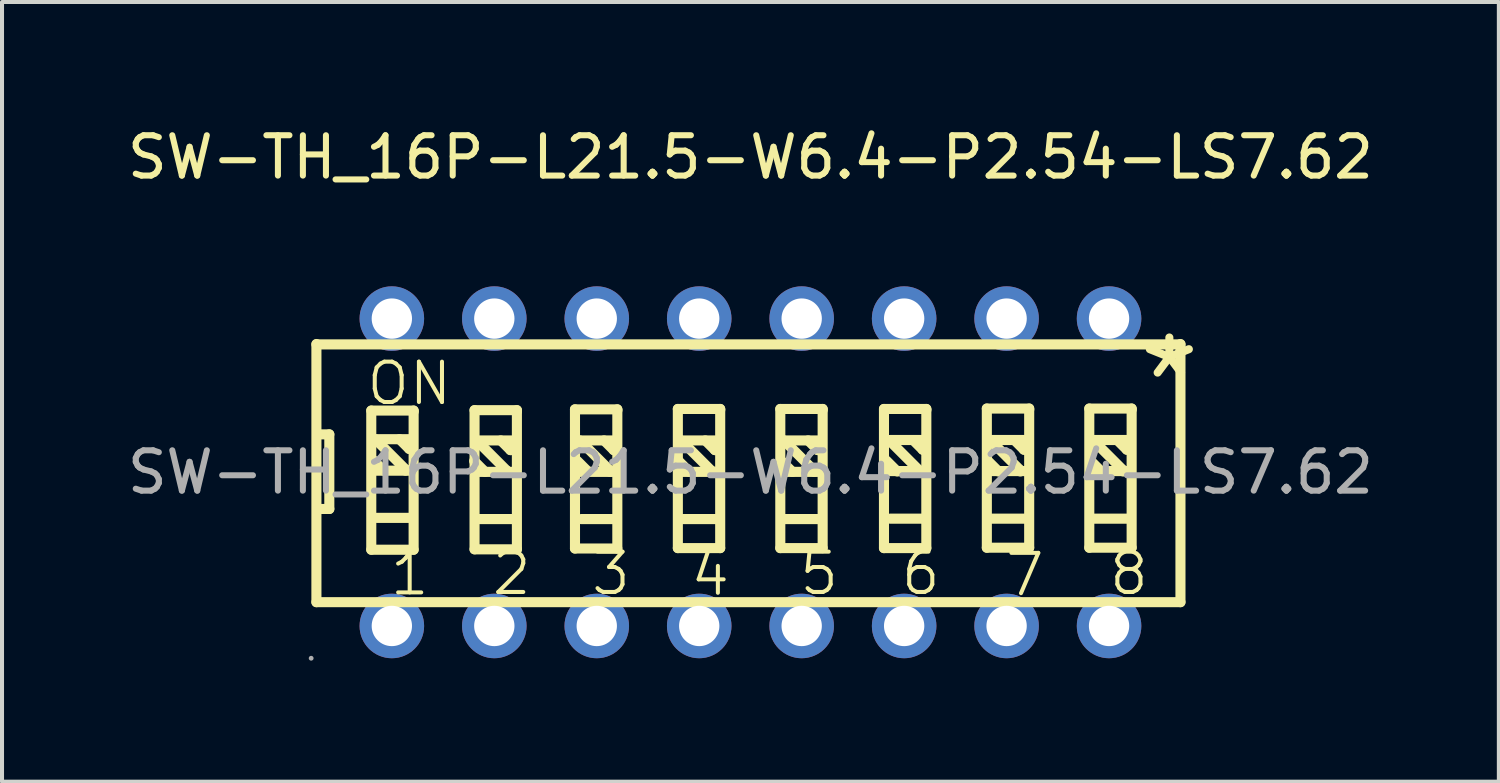
<source format=kicad_pcb>
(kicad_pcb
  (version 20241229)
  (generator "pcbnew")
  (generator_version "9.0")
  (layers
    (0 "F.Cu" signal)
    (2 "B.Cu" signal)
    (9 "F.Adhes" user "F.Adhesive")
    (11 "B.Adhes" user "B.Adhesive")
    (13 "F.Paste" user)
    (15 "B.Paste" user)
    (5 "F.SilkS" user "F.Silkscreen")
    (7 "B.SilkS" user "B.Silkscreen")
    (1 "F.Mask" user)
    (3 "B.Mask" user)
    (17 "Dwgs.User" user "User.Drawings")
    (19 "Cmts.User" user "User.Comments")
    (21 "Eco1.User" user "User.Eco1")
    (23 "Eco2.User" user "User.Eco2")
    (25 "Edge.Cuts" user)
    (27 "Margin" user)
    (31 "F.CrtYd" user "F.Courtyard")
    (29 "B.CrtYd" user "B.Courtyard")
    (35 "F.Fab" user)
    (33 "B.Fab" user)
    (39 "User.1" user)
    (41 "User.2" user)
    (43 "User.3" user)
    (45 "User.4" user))
  (footprint "SW-TH_16P-L21.5-W6.4-P2.54-LS7.62"
    (layer "F.Cu")
    (at 15.554 8.658)
    (property "Reference" "SW-TH_16P-L21.5-W6.4-P2.54-LS7.62" (at 0 -7.81 0) (layer "F.SilkS") (effects (font (size 1 1) (thickness 0.15))))
    (attr through_hole)
    (fp_line (start -10.76 -3.18) (end -10.76 3.22) (stroke (width 0.25) (type solid)) (layer "F.SilkS"))
    (fp_line (start -10.76 -3.17) (end 10.66 -3.17) (stroke (width 0.25) (type solid)) (layer "F.SilkS"))
    (fp_line (start -10.76 3.22) (end 10.66 3.22) (stroke (width 0.25) (type solid)) (layer "F.SilkS"))
    (fp_line (start -10.74 -0.94) (end -10.44 -0.94) (stroke (width 0.25) (type solid)) (layer "F.SilkS"))
    (fp_line (start -10.44 -0.94) (end -10.44 0.91) (stroke (width 0.25) (type solid)) (layer "F.SilkS"))
    (fp_line (start -10.44 0.91) (end -10.72 0.91) (stroke (width 0.25) (type solid)) (layer "F.SilkS"))
    (fp_line (start -9.4 -1.53) (end -9.4 1.92) (stroke (width 0.25) (type solid)) (layer "F.SilkS"))
    (fp_line (start -9.4 1.92) (end -8.35 1.92) (stroke (width 0.25) (type solid)) (layer "F.SilkS"))
    (fp_line (start -9.3 -0.82) (end -8.55 -0.07) (stroke (width 0.25) (type solid)) (layer "F.SilkS"))
    (fp_line (start -9.29 -0.04) (end -8.42 -0.04) (stroke (width 0.25) (type solid)) (layer "F.SilkS"))
    (fp_line (start -9.27 -0.82) (end -8.4 -0.82) (stroke (width 0.25) (type solid)) (layer "F.SilkS"))
    (fp_line (start -9.27 1.13) (end -8.4 1.13) (stroke (width 0.25) (type solid)) (layer "F.SilkS"))
    (fp_line (start -9.09 -0.04) (end -9.36 -0.31) (stroke (width 0.25) (type solid)) (layer "F.SilkS"))
    (fp_line (start -8.7 -0.82) (end -8.46 -0.58) (stroke (width 0.25) (type solid)) (layer "F.SilkS"))
    (fp_line (start -8.55 -0.07) (end -8.55 -0.04) (stroke (width 0.25) (type solid)) (layer "F.SilkS"))
    (fp_line (start -8.46 -0.58) (end -8.43 -0.58) (stroke (width 0.25) (type solid)) (layer "F.SilkS"))
    (fp_line (start -8.35 -1.53) (end -9.4 -1.53) (stroke (width 0.25) (type solid)) (layer "F.SilkS"))
    (fp_line (start -8.35 -1.5) (end -8.35 -1.53) (stroke (width 0.25) (type solid)) (layer "F.SilkS"))
    (fp_line (start -8.35 1.92) (end -8.35 -1.5) (stroke (width 0.25) (type solid)) (layer "F.SilkS"))
    (fp_line (start -6.84 -1.54) (end -6.84 1.91) (stroke (width 0.25) (type solid)) (layer "F.SilkS"))
    (fp_line (start -6.84 1.91) (end -5.79 1.91) (stroke (width 0.25) (type solid)) (layer "F.SilkS"))
    (fp_line (start -6.79 -0.79) (end -6.04 -0.04) (stroke (width 0.25) (type solid)) (layer "F.SilkS"))
    (fp_line (start -6.78 -0.01) (end -5.91 -0.01) (stroke (width 0.25) (type solid)) (layer "F.SilkS"))
    (fp_line (start -6.76 -0.79) (end -5.89 -0.79) (stroke (width 0.25) (type solid)) (layer "F.SilkS"))
    (fp_line (start -6.76 1.16) (end -5.89 1.16) (stroke (width 0.25) (type solid)) (layer "F.SilkS"))
    (fp_line (start -6.58 -0.01) (end -6.85 -0.28) (stroke (width 0.25) (type solid)) (layer "F.SilkS"))
    (fp_line (start -6.19 -0.79) (end -5.95 -0.55) (stroke (width 0.25) (type solid)) (layer "F.SilkS"))
    (fp_line (start -6.04 -0.04) (end -6.04 -0.01) (stroke (width 0.25) (type solid)) (layer "F.SilkS"))
    (fp_line (start -5.95 -0.55) (end -5.92 -0.55) (stroke (width 0.25) (type solid)) (layer "F.SilkS"))
    (fp_line (start -5.79 -1.54) (end -6.84 -1.54) (stroke (width 0.25) (type solid)) (layer "F.SilkS"))
    (fp_line (start -5.79 -1.51) (end -5.79 -1.54) (stroke (width 0.25) (type solid)) (layer "F.SilkS"))
    (fp_line (start -5.79 1.91) (end -5.79 -1.51) (stroke (width 0.25) (type solid)) (layer "F.SilkS"))
    (fp_line (start -4.35 -1.56) (end -4.35 1.89) (stroke (width 0.25) (type solid)) (layer "F.SilkS"))
    (fp_line (start -4.35 1.89) (end -3.3 1.89) (stroke (width 0.25) (type solid)) (layer "F.SilkS"))
    (fp_line (start -4.23 -0.79) (end -3.48 -0.04) (stroke (width 0.25) (type solid)) (layer "F.SilkS"))
    (fp_line (start -4.22 -0.01) (end -3.35 -0.01) (stroke (width 0.25) (type solid)) (layer "F.SilkS"))
    (fp_line (start -4.2 -0.79) (end -3.33 -0.79) (stroke (width 0.25) (type solid)) (layer "F.SilkS"))
    (fp_line (start -4.2 1.16) (end -3.33 1.16) (stroke (width 0.25) (type solid)) (layer "F.SilkS"))
    (fp_line (start -4.02 -0.01) (end -4.29 -0.28) (stroke (width 0.25) (type solid)) (layer "F.SilkS"))
    (fp_line (start -3.63 -0.79) (end -3.39 -0.55) (stroke (width 0.25) (type solid)) (layer "F.SilkS"))
    (fp_line (start -3.48 -0.04) (end -3.48 -0.01) (stroke (width 0.25) (type solid)) (layer "F.SilkS"))
    (fp_line (start -3.39 -0.55) (end -3.36 -0.55) (stroke (width 0.25) (type solid)) (layer "F.SilkS"))
    (fp_line (start -3.3 -1.56) (end -4.35 -1.56) (stroke (width 0.25) (type solid)) (layer "F.SilkS"))
    (fp_line (start -3.3 -1.53) (end -3.3 -1.56) (stroke (width 0.25) (type solid)) (layer "F.SilkS"))
    (fp_line (start -3.3 1.89) (end -3.3 -1.53) (stroke (width 0.25) (type solid)) (layer "F.SilkS"))
    (fp_line (start -1.8 -1.57) (end -1.8 1.88) (stroke (width 0.25) (type solid)) (layer "F.SilkS"))
    (fp_line (start -1.8 1.88) (end -0.75 1.88) (stroke (width 0.25) (type solid)) (layer "F.SilkS"))
    (fp_line (start -1.72 -0.79) (end -0.97 -0.04) (stroke (width 0.25) (type solid)) (layer "F.SilkS"))
    (fp_line (start -1.71 -0.01) (end -0.84 -0.01) (stroke (width 0.25) (type solid)) (layer "F.SilkS"))
    (fp_line (start -1.69 -0.79) (end -0.82 -0.79) (stroke (width 0.25) (type solid)) (layer "F.SilkS"))
    (fp_line (start -1.69 1.16) (end -0.82 1.16) (stroke (width 0.25) (type solid)) (layer "F.SilkS"))
    (fp_line (start -1.51 -0.01) (end -1.78 -0.28) (stroke (width 0.25) (type solid)) (layer "F.SilkS"))
    (fp_line (start -1.12 -0.79) (end -0.88 -0.55) (stroke (width 0.25) (type solid)) (layer "F.SilkS"))
    (fp_line (start -0.97 -0.04) (end -0.97 -0.01) (stroke (width 0.25) (type solid)) (layer "F.SilkS"))
    (fp_line (start -0.88 -0.55) (end -0.85 -0.55) (stroke (width 0.25) (type solid)) (layer "F.SilkS"))
    (fp_line (start -0.75 -1.57) (end -1.8 -1.57) (stroke (width 0.25) (type solid)) (layer "F.SilkS"))
    (fp_line (start -0.75 -1.54) (end -0.75 -1.57) (stroke (width 0.25) (type solid)) (layer "F.SilkS"))
    (fp_line (start -0.75 1.88) (end -0.75 -1.54) (stroke (width 0.25) (type solid)) (layer "F.SilkS"))
    (fp_line (start 0.74 -1.57) (end 0.74 1.88) (stroke (width 0.25) (type solid)) (layer "F.SilkS"))
    (fp_line (start 0.74 1.88) (end 1.79 1.88) (stroke (width 0.25) (type solid)) (layer "F.SilkS"))
    (fp_line (start 0.83 -0.79) (end 1.58 -0.04) (stroke (width 0.25) (type solid)) (layer "F.SilkS"))
    (fp_line (start 0.84 -0.01) (end 1.71 -0.01) (stroke (width 0.25) (type solid)) (layer "F.SilkS"))
    (fp_line (start 0.86 -0.79) (end 1.73 -0.79) (stroke (width 0.25) (type solid)) (layer "F.SilkS"))
    (fp_line (start 0.86 1.16) (end 1.73 1.16) (stroke (width 0.25) (type solid)) (layer "F.SilkS"))
    (fp_line (start 1.04 -0.01) (end 0.77 -0.28) (stroke (width 0.25) (type solid)) (layer "F.SilkS"))
    (fp_line (start 1.43 -0.79) (end 1.67 -0.55) (stroke (width 0.25) (type solid)) (layer "F.SilkS"))
    (fp_line (start 1.58 -0.04) (end 1.58 -0.01) (stroke (width 0.25) (type solid)) (layer "F.SilkS"))
    (fp_line (start 1.67 -0.55) (end 1.7 -0.55) (stroke (width 0.25) (type solid)) (layer "F.SilkS"))
    (fp_line (start 1.79 -1.57) (end 0.74 -1.57) (stroke (width 0.25) (type solid)) (layer "F.SilkS"))
    (fp_line (start 1.79 -1.54) (end 1.79 -1.57) (stroke (width 0.25) (type solid)) (layer "F.SilkS"))
    (fp_line (start 1.79 1.88) (end 1.79 -1.54) (stroke (width 0.25) (type solid)) (layer "F.SilkS"))
    (fp_line (start 3.31 -1.57) (end 3.31 1.88) (stroke (width 0.25) (type solid)) (layer "F.SilkS"))
    (fp_line (start 3.31 1.88) (end 4.36 1.88) (stroke (width 0.25) (type solid)) (layer "F.SilkS"))
    (fp_line (start 3.43 -0.8) (end 4.18 -0.05) (stroke (width 0.25) (type solid)) (layer "F.SilkS"))
    (fp_line (start 3.44 -0.03) (end 4.31 -0.03) (stroke (width 0.25) (type solid)) (layer "F.SilkS"))
    (fp_line (start 3.46 -0.8) (end 4.33 -0.8) (stroke (width 0.25) (type solid)) (layer "F.SilkS"))
    (fp_line (start 3.46 1.15) (end 4.33 1.15) (stroke (width 0.25) (type solid)) (layer "F.SilkS"))
    (fp_line (start 3.64 -0.02) (end 3.37 -0.29) (stroke (width 0.25) (type solid)) (layer "F.SilkS"))
    (fp_line (start 4.03 -0.8) (end 4.27 -0.56) (stroke (width 0.25) (type solid)) (layer "F.SilkS"))
    (fp_line (start 4.18 -0.05) (end 4.18 -0.02) (stroke (width 0.25) (type solid)) (layer "F.SilkS"))
    (fp_line (start 4.27 -0.56) (end 4.3 -0.56) (stroke (width 0.25) (type solid)) (layer "F.SilkS"))
    (fp_line (start 4.36 -1.57) (end 3.31 -1.57) (stroke (width 0.25) (type solid)) (layer "F.SilkS"))
    (fp_line (start 4.36 -1.54) (end 4.36 -1.57) (stroke (width 0.25) (type solid)) (layer "F.SilkS"))
    (fp_line (start 4.36 1.88) (end 4.36 -1.54) (stroke (width 0.25) (type solid)) (layer "F.SilkS"))
    (fp_line (start 5.86 -1.58) (end 5.86 1.87) (stroke (width 0.25) (type solid)) (layer "F.SilkS"))
    (fp_line (start 5.86 1.87) (end 6.91 1.87) (stroke (width 0.25) (type solid)) (layer "F.SilkS"))
    (fp_line (start 5.94 -0.8) (end 6.69 -0.05) (stroke (width 0.25) (type solid)) (layer "F.SilkS"))
    (fp_line (start 5.95 -0.03) (end 6.82 -0.03) (stroke (width 0.25) (type solid)) (layer "F.SilkS"))
    (fp_line (start 5.97 -0.8) (end 6.84 -0.8) (stroke (width 0.25) (type solid)) (layer "F.SilkS"))
    (fp_line (start 5.97 1.15) (end 6.84 1.15) (stroke (width 0.25) (type solid)) (layer "F.SilkS"))
    (fp_line (start 6.15 -0.02) (end 5.88 -0.29) (stroke (width 0.25) (type solid)) (layer "F.SilkS"))
    (fp_line (start 6.54 -0.8) (end 6.78 -0.56) (stroke (width 0.25) (type solid)) (layer "F.SilkS"))
    (fp_line (start 6.69 -0.05) (end 6.69 -0.02) (stroke (width 0.25) (type solid)) (layer "F.SilkS"))
    (fp_line (start 6.78 -0.56) (end 6.81 -0.56) (stroke (width 0.25) (type solid)) (layer "F.SilkS"))
    (fp_line (start 6.91 -1.58) (end 5.86 -1.58) (stroke (width 0.25) (type solid)) (layer "F.SilkS"))
    (fp_line (start 6.91 -1.55) (end 6.91 -1.58) (stroke (width 0.25) (type solid)) (layer "F.SilkS"))
    (fp_line (start 6.91 1.87) (end 6.91 -1.55) (stroke (width 0.25) (type solid)) (layer "F.SilkS"))
    (fp_line (start 8.4 -1.58) (end 8.4 1.87) (stroke (width 0.25) (type solid)) (layer "F.SilkS"))
    (fp_line (start 8.4 1.87) (end 9.45 1.87) (stroke (width 0.25) (type solid)) (layer "F.SilkS"))
    (fp_line (start 8.49 -0.8) (end 9.24 -0.05) (stroke (width 0.25) (type solid)) (layer "F.SilkS"))
    (fp_line (start 8.5 -0.03) (end 9.37 -0.03) (stroke (width 0.25) (type solid)) (layer "F.SilkS"))
    (fp_line (start 8.52 -0.8) (end 9.39 -0.8) (stroke (width 0.25) (type solid)) (layer "F.SilkS"))
    (fp_line (start 8.52 1.15) (end 9.39 1.15) (stroke (width 0.25) (type solid)) (layer "F.SilkS"))
    (fp_line (start 8.7 -0.02) (end 8.43 -0.29) (stroke (width 0.25) (type solid)) (layer "F.SilkS"))
    (fp_line (start 9.09 -0.8) (end 9.33 -0.56) (stroke (width 0.25) (type solid)) (layer "F.SilkS"))
    (fp_line (start 9.24 -0.05) (end 9.24 -0.02) (stroke (width 0.25) (type solid)) (layer "F.SilkS"))
    (fp_line (start 9.33 -0.56) (end 9.36 -0.56) (stroke (width 0.25) (type solid)) (layer "F.SilkS"))
    (fp_line (start 9.45 -1.58) (end 8.4 -1.58) (stroke (width 0.25) (type solid)) (layer "F.SilkS"))
    (fp_line (start 9.45 -1.55) (end 9.45 -1.58) (stroke (width 0.25) (type solid)) (layer "F.SilkS"))
    (fp_line (start 9.45 1.87) (end 9.45 -1.55) (stroke (width 0.25) (type solid)) (layer "F.SilkS"))
    (fp_line (start 10.66 -3.18) (end 10.66 3.22) (stroke (width 0.25) (type solid)) (layer "F.SilkS"))
    (fp_circle (center -10.89 4.61) (end -10.86 4.61) (stroke (width 0.06) (type solid)) (fill no) (layer "F.Fab"))
    (fp_circle (center -8.89 -3.81) (end -8.69 -3.81) (stroke (width 0.4) (type solid)) (fill no) (layer "F.Fab"))
    (fp_circle (center -8.89 3.81) (end -8.69 3.81) (stroke (width 0.4) (type solid)) (fill no) (layer "F.Fab"))
    (fp_circle (center -6.35 -3.81) (end -6.15 -3.81) (stroke (width 0.4) (type solid)) (fill no) (layer "F.Fab"))
    (fp_circle (center -6.35 3.81) (end -6.15 3.81) (stroke (width 0.4) (type solid)) (fill no) (layer "F.Fab"))
    (fp_circle (center -3.81 -3.81) (end -3.61 -3.81) (stroke (width 0.4) (type solid)) (fill no) (layer "F.Fab"))
    (fp_circle (center -3.81 3.81) (end -3.61 3.81) (stroke (width 0.4) (type solid)) (fill no) (layer "F.Fab"))
    (fp_circle (center -1.27 -3.81) (end -1.07 -3.81) (stroke (width 0.4) (type solid)) (fill no) (layer "F.Fab"))
    (fp_circle (center -1.27 3.81) (end -1.07 3.81) (stroke (width 0.4) (type solid)) (fill no) (layer "F.Fab"))
    (fp_circle (center 1.27 -3.81) (end 1.47 -3.81) (stroke (width 0.4) (type solid)) (fill no) (layer "F.Fab"))
    (fp_circle (center 1.27 3.81) (end 1.47 3.81) (stroke (width 0.4) (type solid)) (fill no) (layer "F.Fab"))
    (fp_circle (center 3.81 -3.81) (end 4.01 -3.81) (stroke (width 0.4) (type solid)) (fill no) (layer "F.Fab"))
    (fp_circle (center 3.81 3.81) (end 4.01 3.81) (stroke (width 0.4) (type solid)) (fill no) (layer "F.Fab"))
    (fp_circle (center 6.35 -3.81) (end 6.55 -3.81) (stroke (width 0.4) (type solid)) (fill no) (layer "F.Fab"))
    (fp_circle (center 6.35 3.81) (end 6.55 3.81) (stroke (width 0.4) (type solid)) (fill no) (layer "F.Fab"))
    (fp_circle (center 8.89 -3.81) (end 9.09 -3.81) (stroke (width 0.4) (type solid)) (fill no) (layer "F.Fab"))
    (fp_circle (center 8.89 3.81) (end 9.09 3.81) (stroke (width 0.4) (type solid)) (fill no) (layer "F.Fab"))
    (fp_text user "6" (at 3.68 2.51 0) (layer "F.SilkS") (effects (font (size 1 1) (thickness 0.1)) (justify left)))
    (fp_text user "3" (at -4 2.51 0) (layer "F.SilkS") (effects (font (size 1 1) (thickness 0.1)) (justify left)))
    (fp_text user "7" (at 6.26 2.54 0) (layer "F.SilkS") (effects (font (size 1 1) (thickness 0.1)) (justify left)))
    (fp_text user "*" (at 9.48 -2.24 0) (layer "F.SilkS") (effects (font (size 2.03 2.03) (thickness 0.2)) (justify left)))
    (fp_text user "8" (at 8.84 2.51 0) (layer "F.SilkS") (effects (font (size 1 1) (thickness 0.1)) (justify left)))
    (fp_text user "1" (at -8.99 2.52 0) (layer "F.SilkS") (effects (font (size 1 1) (thickness 0.1)) (justify left)))
    (fp_text user "ON" (at -9.57 -2.2 0) (layer "F.SilkS") (effects (font (size 1 1) (thickness 0.1)) (justify left)))
    (fp_text user "4" (at -1.54 2.53 0) (layer "F.SilkS") (effects (font (size 1 1) (thickness 0.1)) (justify left)))
    (fp_text user "5" (at 1.16 2.51 0) (layer "F.SilkS") (effects (font (size 1 1) (thickness 0.1)) (justify left)))
    (fp_text user "2" (at -6.46 2.51 0) (layer "F.SilkS") (effects (font (size 1 1) (thickness 0.1)) (justify left)))
    (fp_text user "${REFERENCE}" (at 0 0 0) (layer "F.Fab") (effects (font (size 1 1) (thickness 0.15))))
    (pad "1" thru_hole circle (at -8.89 3.81) (size 1.6 1.6) (drill 1) (layers "*.Cu" "*.Paste" "*.Mask"))
    (pad "2" thru_hole circle (at -6.35 3.81) (size 1.6 1.6) (drill 1) (layers "*.Cu" "*.Paste" "*.Mask"))
    (pad "3" thru_hole circle (at -3.81 3.81) (size 1.6 1.6) (drill 1) (layers "*.Cu" "*.Paste" "*.Mask"))
    (pad "4" thru_hole circle (at -1.27 3.81) (size 1.6 1.6) (drill 1) (layers "*.Cu" "*.Paste" "*.Mask"))
    (pad "5" thru_hole circle (at 1.27 3.81) (size 1.6 1.6) (drill 1) (layers "*.Cu" "*.Paste" "*.Mask"))
    (pad "6" thru_hole circle (at 3.81 3.81) (size 1.6 1.6) (drill 1) (layers "*.Cu" "*.Paste" "*.Mask"))
    (pad "7" thru_hole circle (at 6.35 3.81) (size 1.6 1.6) (drill 1) (layers "*.Cu" "*.Paste" "*.Mask"))
    (pad "8" thru_hole circle (at 8.89 3.81) (size 1.6 1.6) (drill 1) (layers "*.Cu" "*.Paste" "*.Mask"))
    (pad "9" thru_hole circle (at 8.89 -3.81) (size 1.6 1.6) (drill 1) (layers "*.Cu" "*.Paste" "*.Mask"))
    (pad "10" thru_hole circle (at 6.35 -3.81) (size 1.6 1.6) (drill 1) (layers "*.Cu" "*.Paste" "*.Mask"))
    (pad "11" thru_hole circle (at 3.81 -3.81) (size 1.6 1.6) (drill 1) (layers "*.Cu" "*.Paste" "*.Mask"))
    (pad "12" thru_hole circle (at 1.27 -3.81) (size 1.6 1.6) (drill 1) (layers "*.Cu" "*.Paste" "*.Mask"))
    (pad "13" thru_hole circle (at -1.27 -3.81) (size 1.6 1.6) (drill 1) (layers "*.Cu" "*.Paste" "*.Mask"))
    (pad "14" thru_hole circle (at -3.81 -3.81) (size 1.6 1.6) (drill 1) (layers "*.Cu" "*.Paste" "*.Mask"))
    (pad "15" thru_hole circle (at -6.35 -3.81) (size 1.6 1.6) (drill 1) (layers "*.Cu" "*.Paste" "*.Mask"))
    (pad "16" thru_hole circle (at -8.89 -3.81) (size 1.6 1.6) (drill 1) (layers "*.Cu" "*.Paste" "*.Mask")))
  (gr_rect
    (start -3 -3)
    (end 34.107 16.328)
    (stroke (width 0.1) (type default))
    (fill no)
    (layer "Edge.Cuts")))
</source>
